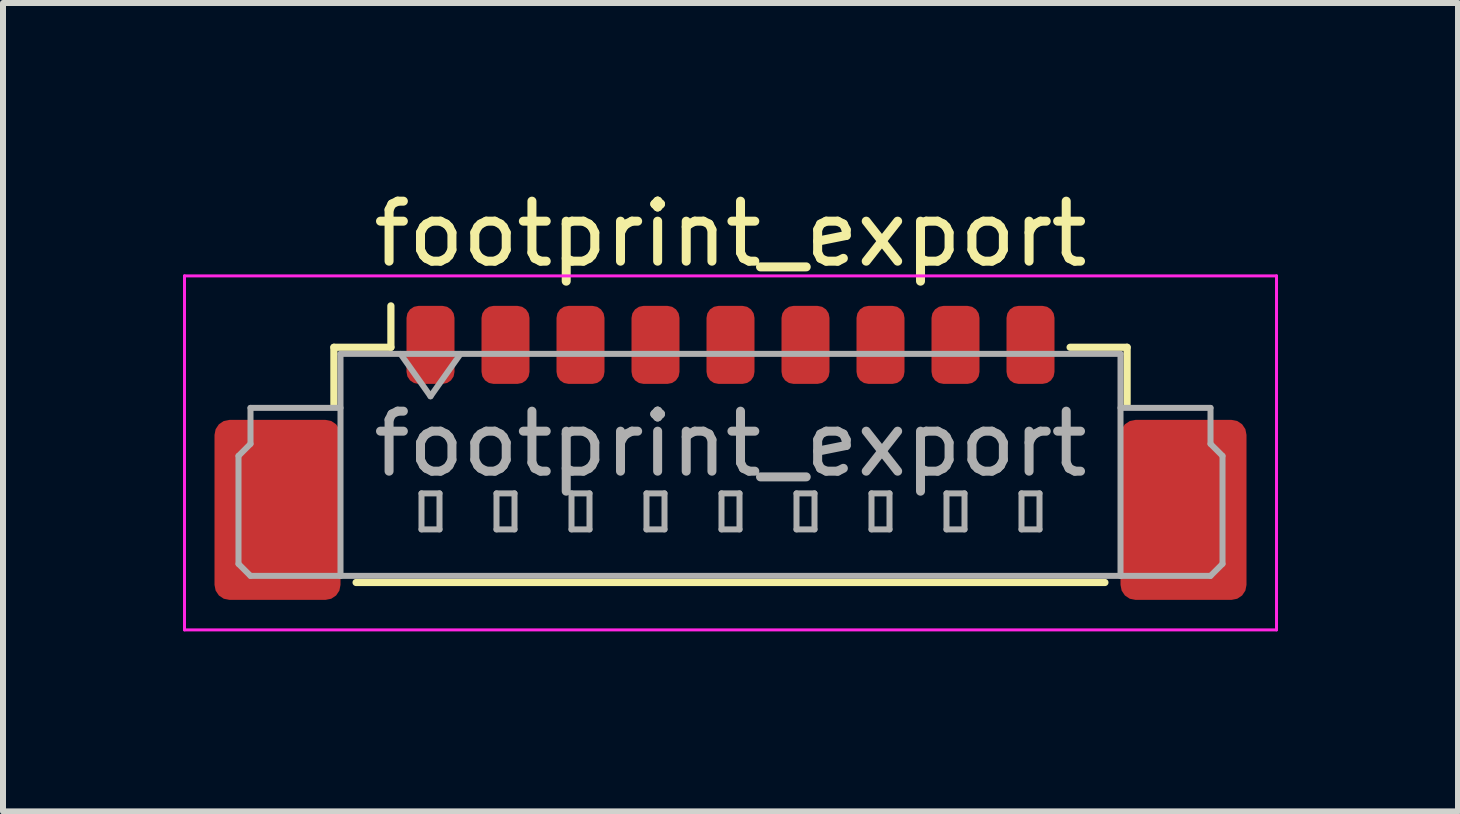
<source format=kicad_pcb>
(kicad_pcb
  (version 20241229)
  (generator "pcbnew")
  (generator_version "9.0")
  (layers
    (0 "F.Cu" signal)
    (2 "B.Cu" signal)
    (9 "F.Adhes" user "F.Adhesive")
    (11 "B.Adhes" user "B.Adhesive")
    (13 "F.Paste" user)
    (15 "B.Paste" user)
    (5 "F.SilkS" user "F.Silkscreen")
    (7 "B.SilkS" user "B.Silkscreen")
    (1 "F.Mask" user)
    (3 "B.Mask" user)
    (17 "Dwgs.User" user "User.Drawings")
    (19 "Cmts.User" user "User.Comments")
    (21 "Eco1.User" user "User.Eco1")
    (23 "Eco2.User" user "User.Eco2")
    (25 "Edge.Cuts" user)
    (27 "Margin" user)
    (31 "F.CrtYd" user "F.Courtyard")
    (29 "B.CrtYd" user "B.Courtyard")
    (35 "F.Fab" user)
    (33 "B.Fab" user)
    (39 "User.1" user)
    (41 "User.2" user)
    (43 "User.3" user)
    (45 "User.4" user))
  (footprint "footprint_export"
    (layer "F.Cu")
    (at 9.125 3.948)
    (property "Reference" "footprint_export" (at 0 -3.1 0) (layer "F.SilkS") (effects (font (size 1 1) (thickness 0.15))))
    (attr smd)
    (fp_line (start -6.61 -1.21) (end -5.66 -1.21) (stroke (width 0.12) (type solid)) (layer "F.SilkS"))
    (fp_line (start -6.61 -0.26) (end -6.61 -1.21) (stroke (width 0.12) (type solid)) (layer "F.SilkS"))
    (fp_line (start -6.24 2.71) (end 6.24 2.71) (stroke (width 0.12) (type solid)) (layer "F.SilkS"))
    (fp_line (start -5.66 -1.21) (end -5.66 -1.9) (stroke (width 0.12) (type solid)) (layer "F.SilkS"))
    (fp_line (start 6.61 -1.21) (end 5.66 -1.21) (stroke (width 0.12) (type solid)) (layer "F.SilkS"))
    (fp_line (start 6.61 -0.26) (end 6.61 -1.21) (stroke (width 0.12) (type solid)) (layer "F.SilkS"))
    (fp_line (start -9.1 -2.4) (end -9.1 3.5) (stroke (width 0.05) (type solid)) (layer "F.CrtYd"))
    (fp_line (start -9.1 3.5) (end 9.1 3.5) (stroke (width 0.05) (type solid)) (layer "F.CrtYd"))
    (fp_line (start 9.1 -2.4) (end -9.1 -2.4) (stroke (width 0.05) (type solid)) (layer "F.CrtYd"))
    (fp_line (start 9.1 3.5) (end 9.1 -2.4) (stroke (width 0.05) (type solid)) (layer "F.CrtYd"))
    (fp_line (start -8.2 0.6) (end -8 0.4) (stroke (width 0.1) (type solid)) (layer "F.Fab"))
    (fp_line (start -8.2 2.4) (end -8.2 0.6) (stroke (width 0.1) (type solid)) (layer "F.Fab"))
    (fp_line (start -8 -0.2) (end -6.5 -0.2) (stroke (width 0.1) (type solid)) (layer "F.Fab"))
    (fp_line (start -8 0.4) (end -8 -0.2) (stroke (width 0.1) (type solid)) (layer "F.Fab"))
    (fp_line (start -8 2.6) (end -8.2 2.4) (stroke (width 0.1) (type solid)) (layer "F.Fab"))
    (fp_line (start -6.5 -1.1) (end -6.5 2.6) (stroke (width 0.1) (type solid)) (layer "F.Fab"))
    (fp_line (start -6.5 -1.1) (end 6.5 -1.1) (stroke (width 0.1) (type solid)) (layer "F.Fab"))
    (fp_line (start -6.5 2.6) (end -8 2.6) (stroke (width 0.1) (type solid)) (layer "F.Fab"))
    (fp_line (start -6.5 2.6) (end 6.5 2.6) (stroke (width 0.1) (type solid)) (layer "F.Fab"))
    (fp_line (start -5.5 -1.1) (end -5 -0.393) (stroke (width 0.1) (type solid)) (layer "F.Fab"))
    (fp_line (start -5.15 1.225) (end -5.15 1.825) (stroke (width 0.1) (type solid)) (layer "F.Fab"))
    (fp_line (start -5.15 1.825) (end -4.85 1.825) (stroke (width 0.1) (type solid)) (layer "F.Fab"))
    (fp_line (start -5 -0.393) (end -4.5 -1.1) (stroke (width 0.1) (type solid)) (layer "F.Fab"))
    (fp_line (start -4.85 1.225) (end -5.15 1.225) (stroke (width 0.1) (type solid)) (layer "F.Fab"))
    (fp_line (start -4.85 1.825) (end -4.85 1.225) (stroke (width 0.1) (type solid)) (layer "F.Fab"))
    (fp_line (start -3.9 1.225) (end -3.9 1.825) (stroke (width 0.1) (type solid)) (layer "F.Fab"))
    (fp_line (start -3.9 1.825) (end -3.6 1.825) (stroke (width 0.1) (type solid)) (layer "F.Fab"))
    (fp_line (start -3.6 1.225) (end -3.9 1.225) (stroke (width 0.1) (type solid)) (layer "F.Fab"))
    (fp_line (start -3.6 1.825) (end -3.6 1.225) (stroke (width 0.1) (type solid)) (layer "F.Fab"))
    (fp_line (start -2.65 1.225) (end -2.65 1.825) (stroke (width 0.1) (type solid)) (layer "F.Fab"))
    (fp_line (start -2.65 1.825) (end -2.35 1.825) (stroke (width 0.1) (type solid)) (layer "F.Fab"))
    (fp_line (start -2.35 1.225) (end -2.65 1.225) (stroke (width 0.1) (type solid)) (layer "F.Fab"))
    (fp_line (start -2.35 1.825) (end -2.35 1.225) (stroke (width 0.1) (type solid)) (layer "F.Fab"))
    (fp_line (start -1.4 1.225) (end -1.4 1.825) (stroke (width 0.1) (type solid)) (layer "F.Fab"))
    (fp_line (start -1.4 1.825) (end -1.1 1.825) (stroke (width 0.1) (type solid)) (layer "F.Fab"))
    (fp_line (start -1.1 1.225) (end -1.4 1.225) (stroke (width 0.1) (type solid)) (layer "F.Fab"))
    (fp_line (start -1.1 1.825) (end -1.1 1.225) (stroke (width 0.1) (type solid)) (layer "F.Fab"))
    (fp_line (start -0.15 1.225) (end -0.15 1.825) (stroke (width 0.1) (type solid)) (layer "F.Fab"))
    (fp_line (start -0.15 1.825) (end 0.15 1.825) (stroke (width 0.1) (type solid)) (layer "F.Fab"))
    (fp_line (start 0.15 1.225) (end -0.15 1.225) (stroke (width 0.1) (type solid)) (layer "F.Fab"))
    (fp_line (start 0.15 1.825) (end 0.15 1.225) (stroke (width 0.1) (type solid)) (layer "F.Fab"))
    (fp_line (start 1.1 1.225) (end 1.1 1.825) (stroke (width 0.1) (type solid)) (layer "F.Fab"))
    (fp_line (start 1.1 1.825) (end 1.4 1.825) (stroke (width 0.1) (type solid)) (layer "F.Fab"))
    (fp_line (start 1.4 1.225) (end 1.1 1.225) (stroke (width 0.1) (type solid)) (layer "F.Fab"))
    (fp_line (start 1.4 1.825) (end 1.4 1.225) (stroke (width 0.1) (type solid)) (layer "F.Fab"))
    (fp_line (start 2.35 1.225) (end 2.35 1.825) (stroke (width 0.1) (type solid)) (layer "F.Fab"))
    (fp_line (start 2.35 1.825) (end 2.65 1.825) (stroke (width 0.1) (type solid)) (layer "F.Fab"))
    (fp_line (start 2.65 1.225) (end 2.35 1.225) (stroke (width 0.1) (type solid)) (layer "F.Fab"))
    (fp_line (start 2.65 1.825) (end 2.65 1.225) (stroke (width 0.1) (type solid)) (layer "F.Fab"))
    (fp_line (start 3.6 1.225) (end 3.6 1.825) (stroke (width 0.1) (type solid)) (layer "F.Fab"))
    (fp_line (start 3.6 1.825) (end 3.9 1.825) (stroke (width 0.1) (type solid)) (layer "F.Fab"))
    (fp_line (start 3.9 1.225) (end 3.6 1.225) (stroke (width 0.1) (type solid)) (layer "F.Fab"))
    (fp_line (start 3.9 1.825) (end 3.9 1.225) (stroke (width 0.1) (type solid)) (layer "F.Fab"))
    (fp_line (start 4.85 1.225) (end 4.85 1.825) (stroke (width 0.1) (type solid)) (layer "F.Fab"))
    (fp_line (start 4.85 1.825) (end 5.15 1.825) (stroke (width 0.1) (type solid)) (layer "F.Fab"))
    (fp_line (start 5.15 1.225) (end 4.85 1.225) (stroke (width 0.1) (type solid)) (layer "F.Fab"))
    (fp_line (start 5.15 1.825) (end 5.15 1.225) (stroke (width 0.1) (type solid)) (layer "F.Fab"))
    (fp_line (start 6.5 -1.1) (end 6.5 2.6) (stroke (width 0.1) (type solid)) (layer "F.Fab"))
    (fp_line (start 6.5 2.6) (end 8 2.6) (stroke (width 0.1) (type solid)) (layer "F.Fab"))
    (fp_line (start 8 -0.2) (end 6.5 -0.2) (stroke (width 0.1) (type solid)) (layer "F.Fab"))
    (fp_line (start 8 0.4) (end 8 -0.2) (stroke (width 0.1) (type solid)) (layer "F.Fab"))
    (fp_line (start 8 2.6) (end 8.2 2.4) (stroke (width 0.1) (type solid)) (layer "F.Fab"))
    (fp_line (start 8.2 0.6) (end 8 0.4) (stroke (width 0.1) (type solid)) (layer "F.Fab"))
    (fp_line (start 8.2 2.4) (end 8.2 0.6) (stroke (width 0.1) (type solid)) (layer "F.Fab"))
    (fp_text user "${REFERENCE}" (at 0 0.4 0) (layer "F.Fab") (effects (font (size 1 1) (thickness 0.15))))
    (pad "1" smd roundrect (at -5 -1.25) (size 0.8 1.3) (layers "F.Cu" "F.Mask" "F.Paste") (roundrect_rratio 0.25))
    (pad "2" smd roundrect (at -3.75 -1.25) (size 0.8 1.3) (layers "F.Cu" "F.Mask" "F.Paste") (roundrect_rratio 0.25))
    (pad "3" smd roundrect (at -2.5 -1.25) (size 0.8 1.3) (layers "F.Cu" "F.Mask" "F.Paste") (roundrect_rratio 0.25))
    (pad "4" smd roundrect (at -1.25 -1.25) (size 0.8 1.3) (layers "F.Cu" "F.Mask" "F.Paste") (roundrect_rratio 0.25))
    (pad "5" smd roundrect (at 0 -1.25) (size 0.8 1.3) (layers "F.Cu" "F.Mask" "F.Paste") (roundrect_rratio 0.25))
    (pad "6" smd roundrect (at 1.25 -1.25) (size 0.8 1.3) (layers "F.Cu" "F.Mask" "F.Paste") (roundrect_rratio 0.25))
    (pad "7" smd roundrect (at 2.5 -1.25) (size 0.8 1.3) (layers "F.Cu" "F.Mask" "F.Paste") (roundrect_rratio 0.25))
    (pad "8" smd roundrect (at 3.75 -1.25) (size 0.8 1.3) (layers "F.Cu" "F.Mask" "F.Paste") (roundrect_rratio 0.25))
    (pad "9" smd roundrect (at 5 -1.25) (size 0.8 1.3) (layers "F.Cu" "F.Mask" "F.Paste") (roundrect_rratio 0.25))
    (pad "MP" smd roundrect (at -7.55 1.5) (size 2.1 3) (layers "F.Cu" "F.Mask" "F.Paste") (roundrect_rratio 0.119))
    (pad "MP" smd roundrect (at 7.55 1.5) (size 2.1 3) (layers "F.Cu" "F.Mask" "F.Paste") (roundrect_rratio 0.119)))
  (gr_rect
    (start -3 -3)
    (end 21.25 10.473)
    (stroke (width 0.1) (type default))
    (fill no)
    (layer "Edge.Cuts")))
</source>
